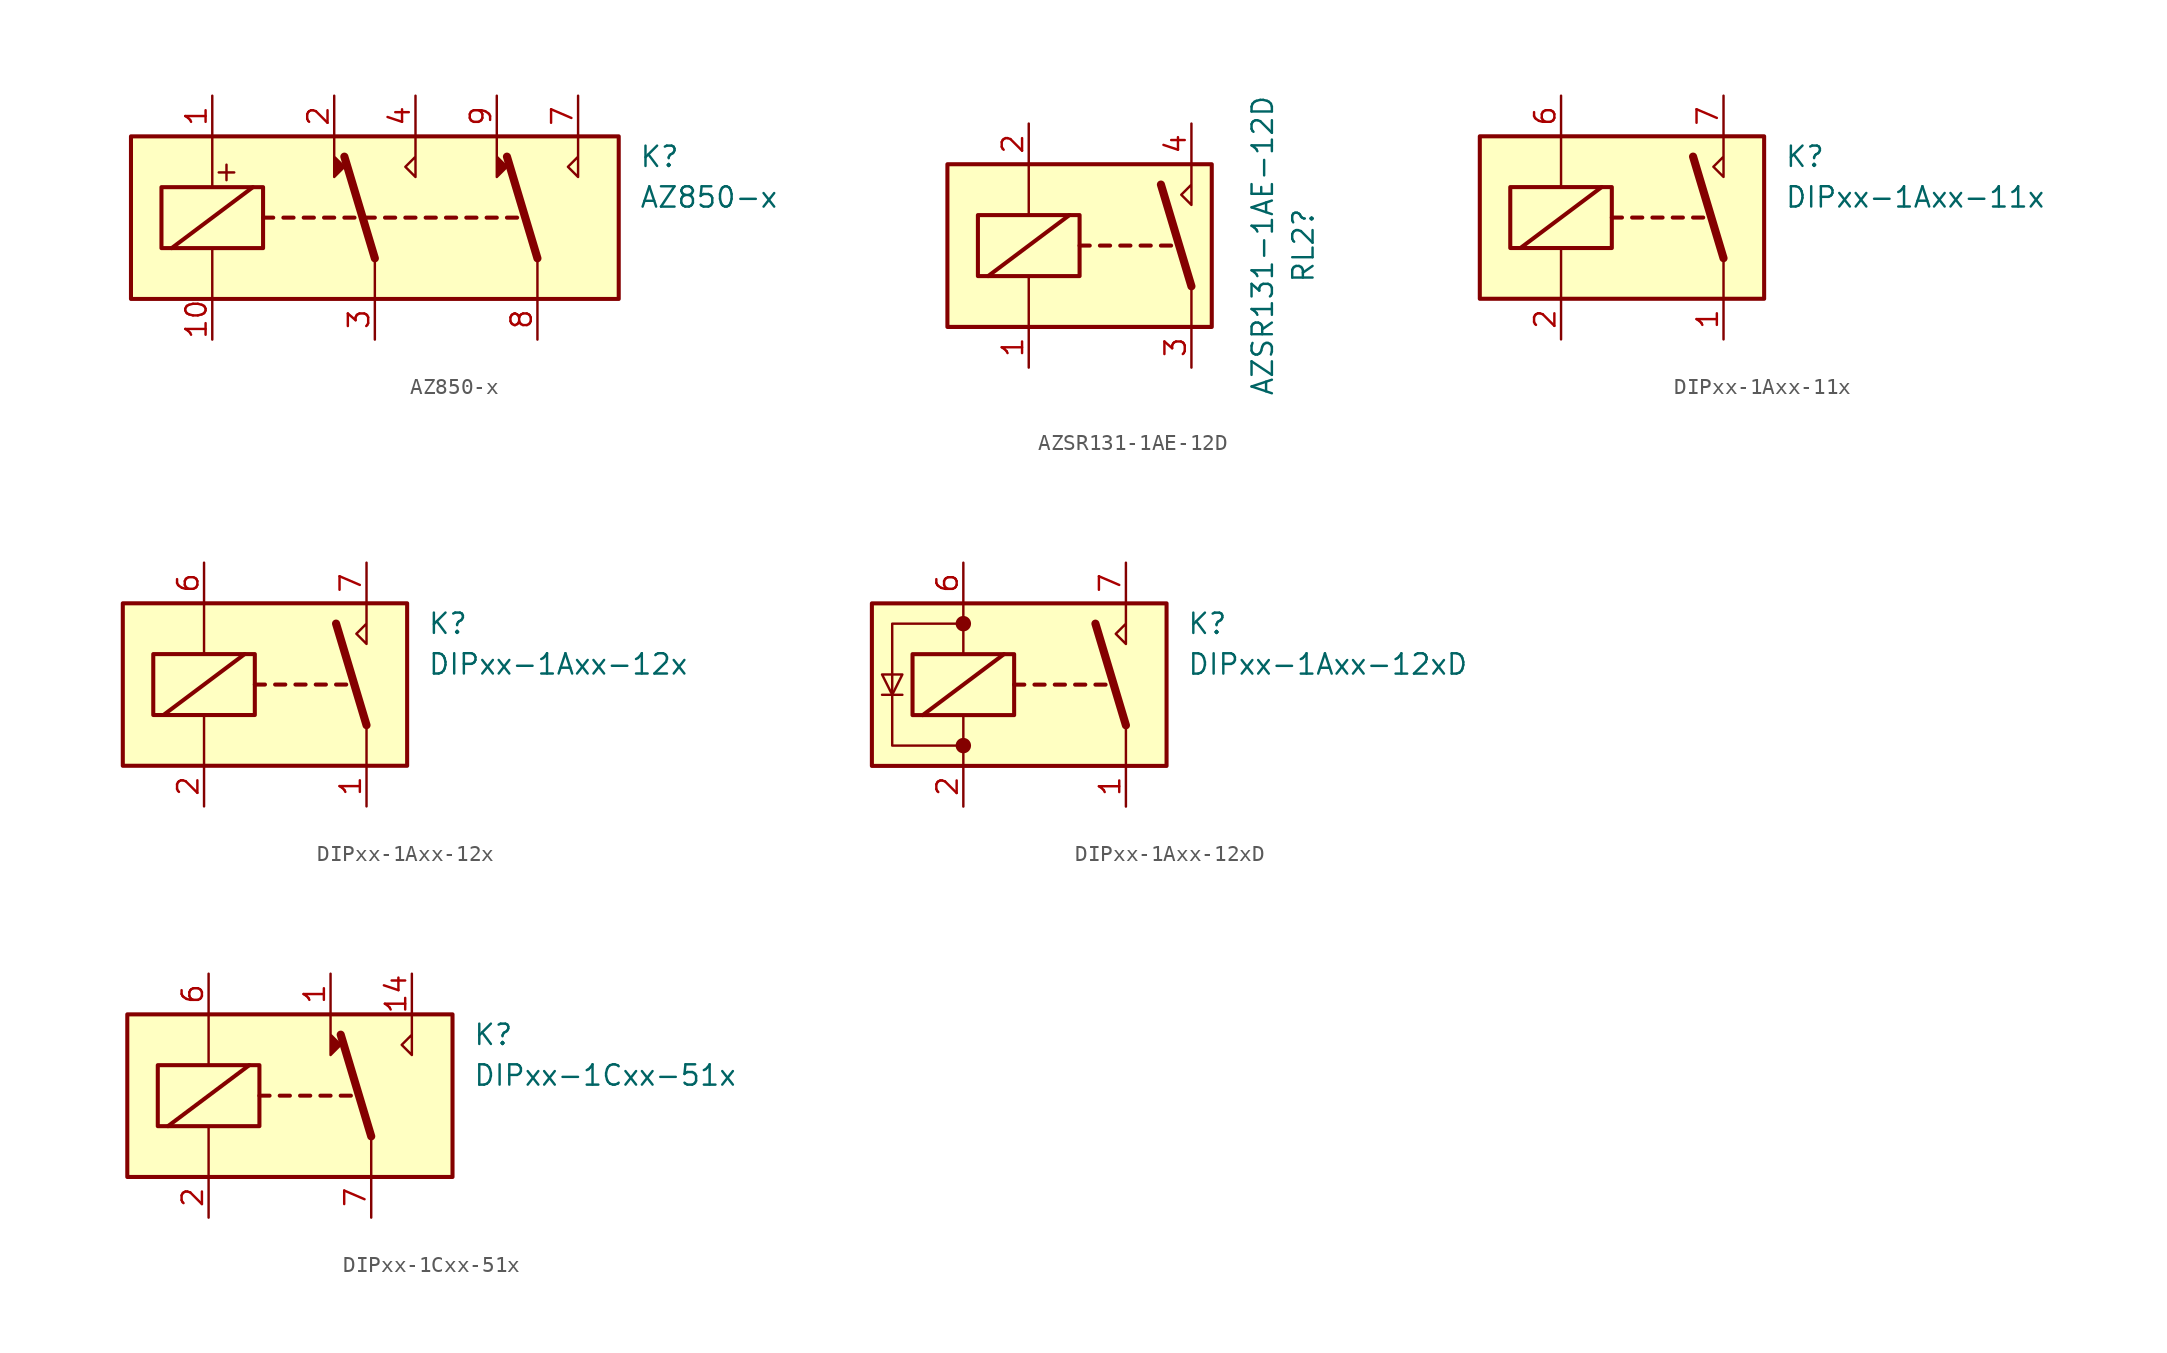
<source format=kicad_sym>
(kicad_symbol_lib
  (version 20241209)
  (generator "kicad_symbol_editor")
  (generator_version "9.0")
  (symbol "AZ850-x"
    (property "Reference" "K"
      (at 16.51 3.81 0)
      (effects (font (size 1.27 1.27)) (justify left)))
    (property "Value" "AZ850-x"
      (at 16.51 1.27 0)
      (effects (font (size 1.27 1.27)) (justify left)))
    (symbol "AZ850-x_0_0"
      (text "+" (at -9.271 2.921 0) (effects (font (size 1.27 1.27)))))
    (symbol "AZ850-x_0_1"
      (rectangle (start -15.24 5.08) (end 15.24 -5.08) (stroke (width 0.254) (type default)) (fill (type background)))
      (rectangle (start -13.335 1.905) (end -6.985 -1.905) (stroke (width 0.254) (type default)) (fill (type none)))
      (polyline (pts (xy -12.7 -1.905) (xy -7.62 1.905)) (stroke (width 0.254) (type default)) (fill (type none)))
      (polyline (pts (xy -10.16 5.08) (xy -10.16 1.905)) (stroke (width 0) (type default)) (fill (type none)))
      (polyline (pts (xy -10.16 -5.08) (xy -10.16 -1.905)) (stroke (width 0) (type default)) (fill (type none)))
      (polyline (pts (xy -6.985 0) (xy -6.35 0)) (stroke (width 0.254) (type default)) (fill (type none)))
      (polyline (pts (xy -5.715 0) (xy -5.08 0)) (stroke (width 0.254) (type default)) (fill (type none)))
      (polyline (pts (xy -4.445 0) (xy -3.81 0)) (stroke (width 0.254) (type default)) (fill (type none)))
      (polyline (pts (xy -3.175 0) (xy -2.54 0)) (stroke (width 0.254) (type default)) (fill (type none)))
      (polyline (pts (xy -2.54 5.08) (xy -2.54 2.54) (xy -1.905 3.175) (xy -2.54 3.81)) (stroke (width 0) (type default)) (fill (type outline)))
      (polyline (pts (xy -1.905 0) (xy -1.27 0)) (stroke (width 0.254) (type default)) (fill (type none)))
      (polyline (pts (xy -0.635 0) (xy 0 0)) (stroke (width 0.254) (type default)) (fill (type none)))
      (polyline (pts (xy 0 -2.54) (xy -1.905 3.81)) (stroke (width 0.508) (type default)) (fill (type none)))
      (polyline (pts (xy 0 -2.54) (xy 0 -5.08)) (stroke (width 0) (type default)) (fill (type none)))
      (polyline (pts (xy 0.635 0) (xy 1.27 0)) (stroke (width 0.254) (type default)) (fill (type none)))
      (polyline (pts (xy 1.905 0) (xy 2.54 0)) (stroke (width 0.254) (type default)) (fill (type none)))
      (polyline (pts (xy 2.54 5.08) (xy 2.54 2.54) (xy 1.905 3.175) (xy 2.54 3.81)) (stroke (width 0) (type default)) (fill (type none)))
      (polyline (pts (xy 3.175 0) (xy 3.81 0)) (stroke (width 0.254) (type default)) (fill (type none)))
      (polyline (pts (xy 4.445 0) (xy 5.08 0)) (stroke (width 0.254) (type default)) (fill (type none)))
      (polyline (pts (xy 5.715 0) (xy 6.35 0)) (stroke (width 0.254) (type default)) (fill (type none)))
      (polyline (pts (xy 6.985 0) (xy 7.62 0)) (stroke (width 0.254) (type default)) (fill (type none)))
      (polyline (pts (xy 7.62 5.08) (xy 7.62 2.54) (xy 8.255 3.175) (xy 7.62 3.81)) (stroke (width 0) (type default)) (fill (type outline)))
      (polyline (pts (xy 8.255 0) (xy 8.89 0)) (stroke (width 0.254) (type default)) (fill (type none)))
      (polyline (pts (xy 10.16 -2.54) (xy 8.255 3.81)) (stroke (width 0.508) (type default)) (fill (type none)))
      (polyline (pts (xy 10.16 -2.54) (xy 10.16 -5.08)) (stroke (width 0) (type default)) (fill (type none)))
      (polyline (pts (xy 12.7 5.08) (xy 12.7 2.54) (xy 12.065 3.175) (xy 12.7 3.81)) (stroke (width 0) (type default)) (fill (type none))))
    (symbol "AZ850-x_1_1"
      (pin passive line (at -10.16 7.62 270) (length 2.54) (name "~" (effects (font (size 1.27 1.27)))) (number "1" (effects (font (size 1.27 1.27)))))
      (pin passive line (at -10.16 -7.62 90) (length 2.54) (name "~" (effects (font (size 1.27 1.27)))) (number "10" (effects (font (size 1.27 1.27)))))
      (pin passive line (at -2.54 7.62 270) (length 2.54) (name "~" (effects (font (size 1.27 1.27)))) (number "2" (effects (font (size 1.27 1.27)))))
      (pin passive line (at 0 -7.62 90) (length 2.54) (name "~" (effects (font (size 1.27 1.27)))) (number "3" (effects (font (size 1.27 1.27)))))
      (pin passive line (at 2.54 7.62 270) (length 2.54) (name "~" (effects (font (size 1.27 1.27)))) (number "4" (effects (font (size 1.27 1.27)))))
      (pin passive line (at 7.62 7.62 270) (length 2.54) (name "~" (effects (font (size 1.27 1.27)))) (number "9" (effects (font (size 1.27 1.27)))))
      (pin passive line (at 10.16 -7.62 90) (length 2.54) (name "~" (effects (font (size 1.27 1.27)))) (number "8" (effects (font (size 1.27 1.27)))))
      (pin passive line (at 12.7 7.62 270) (length 2.54) (name "~" (effects (font (size 1.27 1.27)))) (number "7" (effects (font (size 1.27 1.27)))))))
  (symbol "AZSR131-1AE-12D"
    (property "Reference" "RL2"
      (at 12.065 0 90)
      (effects (font (size 1.27 1.27))))
    (property "Value" "AZSR131-1AE-12D"
      (at 9.525 0 90)
      (effects (font (size 1.27 1.27))))
    (symbol "AZSR131-1AE-12D_0_0"
      (polyline (pts (xy 5.08 5.08) (xy 5.08 2.54) (xy 4.445 3.175) (xy 5.08 3.81)) (stroke (width 0) (type default)) (fill (type none))))
    (symbol "AZSR131-1AE-12D_0_1"
      (rectangle (start -10.16 5.08) (end 6.35 -5.08) (stroke (width 0.254) (type default)) (fill (type background)))
      (rectangle (start -8.255 1.905) (end -1.905 -1.905) (stroke (width 0.254) (type default)) (fill (type none)))
      (polyline (pts (xy -7.62 -1.905) (xy -2.54 1.905)) (stroke (width 0.254) (type default)) (fill (type none)))
      (polyline (pts (xy -5.08 5.08) (xy -5.08 1.905)) (stroke (width 0) (type default)) (fill (type none)))
      (polyline (pts (xy -5.08 -5.08) (xy -5.08 -1.905)) (stroke (width 0) (type default)) (fill (type none)))
      (polyline (pts (xy -1.905 0) (xy -1.27 0)) (stroke (width 0.254) (type default)) (fill (type none)))
      (polyline (pts (xy -0.635 0) (xy 0 0)) (stroke (width 0.254) (type default)) (fill (type none)))
      (polyline (pts (xy 0.635 0) (xy 1.27 0)) (stroke (width 0.254) (type default)) (fill (type none)))
      (polyline (pts (xy 1.905 0) (xy 2.54 0)) (stroke (width 0.254) (type default)) (fill (type none)))
      (polyline (pts (xy 3.175 0) (xy 3.81 0)) (stroke (width 0.254) (type default)) (fill (type none)))
      (polyline (pts (xy 5.08 -2.54) (xy 3.175 3.81)) (stroke (width 0.508) (type default)) (fill (type none)))
      (polyline (pts (xy 5.08 -2.54) (xy 5.08 -5.08)) (stroke (width 0) (type default)) (fill (type none))))
    (symbol "AZSR131-1AE-12D_1_1"
      (pin passive line (at -5.08 7.62 270) (length 2.54) (name "~" (effects (font (size 1.27 1.27)))) (number "2" (effects (font (size 1.27 1.27)))))
      (pin passive line (at -5.08 -7.62 90) (length 2.54) (name "~" (effects (font (size 1.27 1.27)))) (number "1" (effects (font (size 1.27 1.27)))))
      (pin passive line (at 5.08 7.62 270) (length 2.54) (name "~" (effects (font (size 1.27 1.27)))) (number "4" (effects (font (size 1.27 1.27)))))
      (pin passive line (at 5.08 -7.62 90) (length 2.54) (name "~" (effects (font (size 1.27 1.27)))) (number "3" (effects (font (size 1.27 1.27)))))))
  (symbol "DIPxx-1Axx-11x"
    (property "Reference" "K"
      (at 8.89 3.81 0)
      (effects (font (size 1.27 1.27)) (justify left)))
    (property "Value" "DIPxx-1Axx-11x"
      (at 8.89 1.27 0)
      (effects (font (size 1.27 1.27)) (justify left)))
    (symbol "DIPxx-1Axx-11x_0_0"
      (polyline (pts (xy 5.08 5.08) (xy 5.08 2.54) (xy 4.445 3.175) (xy 5.08 3.81)) (stroke (width 0) (type default)) (fill (type none))))
    (symbol "DIPxx-1Axx-11x_0_1"
      (rectangle (start -10.16 5.08) (end 7.62 -5.08) (stroke (width 0.254) (type default)) (fill (type background)))
      (rectangle (start -8.255 1.905) (end -1.905 -1.905) (stroke (width 0.254) (type default)) (fill (type none)))
      (polyline (pts (xy -7.62 -1.905) (xy -2.54 1.905)) (stroke (width 0.254) (type default)) (fill (type none)))
      (polyline (pts (xy -5.08 5.08) (xy -5.08 1.905)) (stroke (width 0) (type default)) (fill (type none)))
      (polyline (pts (xy -5.08 -5.08) (xy -5.08 -1.905)) (stroke (width 0) (type default)) (fill (type none)))
      (polyline (pts (xy -1.905 0) (xy -1.27 0)) (stroke (width 0.254) (type default)) (fill (type none)))
      (polyline (pts (xy -0.635 0) (xy 0 0)) (stroke (width 0.254) (type default)) (fill (type none)))
      (polyline (pts (xy 0.635 0) (xy 1.27 0)) (stroke (width 0.254) (type default)) (fill (type none)))
      (polyline (pts (xy 1.905 0) (xy 2.54 0)) (stroke (width 0.254) (type default)) (fill (type none)))
      (polyline (pts (xy 3.175 0) (xy 3.81 0)) (stroke (width 0.254) (type default)) (fill (type none)))
      (polyline (pts (xy 5.08 -2.54) (xy 3.175 3.81)) (stroke (width 0.508) (type default)) (fill (type none)))
      (polyline (pts (xy 5.08 -2.54) (xy 5.08 -5.08)) (stroke (width 0) (type default)) (fill (type none))))
    (symbol "DIPxx-1Axx-11x_1_1"
      (pin passive line (at -5.08 7.62 270) (length 2.54) (name "~" (effects (font (size 1.27 1.27)))) (number "6" (effects (font (size 1.27 1.27)))))
      (pin passive line (at -5.08 -7.62 90) (length 2.54) (name "~" (effects (font (size 1.27 1.27)))) (number "2" (effects (font (size 1.27 1.27)))))
      (pin passive line (at 5.08 7.62 270) (length 2.54) (name "~" (effects (font (size 1.27 1.27)))) (number "7" (effects (font (size 1.27 1.27)))))
      (pin passive line (at 5.08 7.62 270) (length 2.54) (hide yes) (name "~" (effects (font (size 1.27 1.27)))) (number "8" (effects (font (size 1.27 1.27)))))
      (pin passive line (at 5.08 -7.62 90) (length 2.54) (name "~" (effects (font (size 1.27 1.27)))) (number "1" (effects (font (size 1.27 1.27)))))
      (pin passive line (at 5.08 -7.62 90) (length 2.54) (hide yes) (name "~" (effects (font (size 1.27 1.27)))) (number "14" (effects (font (size 1.27 1.27)))))))
  (symbol "DIPxx-1Axx-12x"
    (property "Reference" "K"
      (at 8.89 3.81 0)
      (effects (font (size 1.27 1.27)) (justify left)))
    (property "Value" "DIPxx-1Axx-12x"
      (at 8.89 1.27 0)
      (effects (font (size 1.27 1.27)) (justify left)))
    (symbol "DIPxx-1Axx-12x_0_0"
      (polyline (pts (xy 5.08 5.08) (xy 5.08 2.54) (xy 4.445 3.175) (xy 5.08 3.81)) (stroke (width 0) (type default)) (fill (type none))))
    (symbol "DIPxx-1Axx-12x_0_1"
      (rectangle (start -10.16 5.08) (end 7.62 -5.08) (stroke (width 0.254) (type default)) (fill (type background)))
      (rectangle (start -8.255 1.905) (end -1.905 -1.905) (stroke (width 0.254) (type default)) (fill (type none)))
      (polyline (pts (xy -7.62 -1.905) (xy -2.54 1.905)) (stroke (width 0.254) (type default)) (fill (type none)))
      (polyline (pts (xy -5.08 5.08) (xy -5.08 1.905)) (stroke (width 0) (type default)) (fill (type none)))
      (polyline (pts (xy -5.08 -5.08) (xy -5.08 -1.905)) (stroke (width 0) (type default)) (fill (type none)))
      (polyline (pts (xy -1.905 0) (xy -1.27 0)) (stroke (width 0.254) (type default)) (fill (type none)))
      (polyline (pts (xy -0.635 0) (xy 0 0)) (stroke (width 0.254) (type default)) (fill (type none)))
      (polyline (pts (xy 0.635 0) (xy 1.27 0)) (stroke (width 0.254) (type default)) (fill (type none)))
      (polyline (pts (xy 1.905 0) (xy 2.54 0)) (stroke (width 0.254) (type default)) (fill (type none)))
      (polyline (pts (xy 3.175 0) (xy 3.81 0)) (stroke (width 0.254) (type default)) (fill (type none)))
      (polyline (pts (xy 5.08 -2.54) (xy 3.175 3.81)) (stroke (width 0.508) (type default)) (fill (type none)))
      (polyline (pts (xy 5.08 -2.54) (xy 5.08 -5.08)) (stroke (width 0) (type default)) (fill (type none))))
    (symbol "DIPxx-1Axx-12x_1_1"
      (pin passive line (at -5.08 7.62 270) (length 2.54) (name "~" (effects (font (size 1.27 1.27)))) (number "6" (effects (font (size 1.27 1.27)))))
      (pin passive line (at -5.08 -7.62 90) (length 2.54) (hide yes) (name "~" (effects (font (size 1.27 1.27)))) (number "13" (effects (font (size 1.27 1.27)))))
      (pin passive line (at -5.08 -7.62 90) (length 2.54) (name "~" (effects (font (size 1.27 1.27)))) (number "2" (effects (font (size 1.27 1.27)))))
      (pin passive line (at 5.08 7.62 270) (length 2.54) (name "~" (effects (font (size 1.27 1.27)))) (number "7" (effects (font (size 1.27 1.27)))))
      (pin passive line (at 5.08 7.62 270) (length 2.54) (hide yes) (name "~" (effects (font (size 1.27 1.27)))) (number "8" (effects (font (size 1.27 1.27)))))
      (pin passive line (at 5.08 -7.62 90) (length 2.54) (name "~" (effects (font (size 1.27 1.27)))) (number "1" (effects (font (size 1.27 1.27)))))
      (pin passive line (at 5.08 -7.62 90) (length 2.54) (hide yes) (name "~" (effects (font (size 1.27 1.27)))) (number "14" (effects (font (size 1.27 1.27)))))))
  (symbol "DIPxx-1Axx-12xD"
    (property "Reference" "K"
      (at 8.89 3.81 0)
      (effects (font (size 1.27 1.27)) (justify left)))
    (property "Value" "DIPxx-1Axx-12xD"
      (at 8.89 1.27 0)
      (effects (font (size 1.27 1.27)) (justify left)))
    (symbol "DIPxx-1Axx-12xD_0_0"
      (polyline (pts (xy 5.08 5.08) (xy 5.08 2.54) (xy 4.445 3.175) (xy 5.08 3.81)) (stroke (width 0) (type default)) (fill (type none))))
    (symbol "DIPxx-1Axx-12xD_0_1"
      (rectangle (start -10.795 5.08) (end 7.62 -5.08) (stroke (width 0.254) (type default)) (fill (type background)))
      (polyline (pts (xy -10.16 -0.635) (xy -8.89 -0.635)) (stroke (width 0) (type default)) (fill (type none)))
      (polyline (pts (xy -9.525 -0.635) (xy -8.89 0.635) (xy -10.16 0.635) (xy -9.525 -0.635)) (stroke (width 0) (type default)) (fill (type none)))
      (rectangle (start -8.255 1.905) (end -1.905 -1.905) (stroke (width 0.254) (type default)) (fill (type none)))
      (polyline (pts (xy -7.62 -1.905) (xy -2.54 1.905)) (stroke (width 0.254) (type default)) (fill (type none)))
      (polyline (pts (xy -5.08 5.08) (xy -5.08 1.905)) (stroke (width 0) (type default)) (fill (type none)))
      (circle (center -5.08 3.81) (radius 0.406) (stroke (width 0) (type default)) (fill (type outline)))
      (circle (center -5.08 -3.81) (radius 0.406) (stroke (width 0) (type default)) (fill (type outline)))
      (polyline (pts (xy -5.08 -3.81) (xy -9.525 -3.81) (xy -9.525 3.81) (xy -5.08 3.81)) (stroke (width 0) (type default)) (fill (type none)))
      (polyline (pts (xy -5.08 -5.08) (xy -5.08 -1.905)) (stroke (width 0) (type default)) (fill (type none)))
      (polyline (pts (xy -1.905 0) (xy -1.27 0)) (stroke (width 0.254) (type default)) (fill (type none)))
      (polyline (pts (xy -0.635 0) (xy 0 0)) (stroke (width 0.254) (type default)) (fill (type none)))
      (polyline (pts (xy 0.635 0) (xy 1.27 0)) (stroke (width 0.254) (type default)) (fill (type none)))
      (polyline (pts (xy 1.905 0) (xy 2.54 0)) (stroke (width 0.254) (type default)) (fill (type none)))
      (polyline (pts (xy 3.175 0) (xy 3.81 0)) (stroke (width 0.254) (type default)) (fill (type none)))
      (polyline (pts (xy 5.08 -2.54) (xy 3.175 3.81)) (stroke (width 0.508) (type default)) (fill (type none)))
      (polyline (pts (xy 5.08 -2.54) (xy 5.08 -5.08)) (stroke (width 0) (type default)) (fill (type none))))
    (symbol "DIPxx-1Axx-12xD_1_1"
      (pin passive line (at -5.08 7.62 270) (length 2.54) (name "~" (effects (font (size 1.27 1.27)))) (number "6" (effects (font (size 1.27 1.27)))))
      (pin passive line (at -5.08 -7.62 90) (length 2.54) (hide yes) (name "~" (effects (font (size 1.27 1.27)))) (number "13" (effects (font (size 1.27 1.27)))))
      (pin passive line (at -5.08 -7.62 90) (length 2.54) (name "~" (effects (font (size 1.27 1.27)))) (number "2" (effects (font (size 1.27 1.27)))))
      (pin passive line (at 5.08 7.62 270) (length 2.54) (name "~" (effects (font (size 1.27 1.27)))) (number "7" (effects (font (size 1.27 1.27)))))
      (pin passive line (at 5.08 7.62 270) (length 2.54) (hide yes) (name "~" (effects (font (size 1.27 1.27)))) (number "8" (effects (font (size 1.27 1.27)))))
      (pin passive line (at 5.08 -7.62 90) (length 2.54) (name "~" (effects (font (size 1.27 1.27)))) (number "1" (effects (font (size 1.27 1.27)))))
      (pin passive line (at 5.08 -7.62 90) (length 2.54) (hide yes) (name "~" (effects (font (size 1.27 1.27)))) (number "14" (effects (font (size 1.27 1.27)))))))
  (symbol "DIPxx-1Cxx-51x"
    (property "Reference" "K"
      (at 11.43 3.81 0)
      (effects (font (size 1.27 1.27)) (justify left)))
    (property "Value" "DIPxx-1Cxx-51x"
      (at 11.43 1.27 0)
      (effects (font (size 1.27 1.27)) (justify left)))
    (symbol "DIPxx-1Cxx-51x_0_0"
      (polyline (pts (xy 2.54 5.08) (xy 2.54 2.54) (xy 3.175 3.175) (xy 2.54 3.81)) (stroke (width 0) (type default)) (fill (type outline)))
      (polyline (pts (xy 7.62 5.08) (xy 7.62 2.54) (xy 6.985 3.175) (xy 7.62 3.81)) (stroke (width 0) (type default)) (fill (type none))))
    (symbol "DIPxx-1Cxx-51x_0_1"
      (rectangle (start -10.16 5.08) (end 10.16 -5.08) (stroke (width 0.254) (type default)) (fill (type background)))
      (rectangle (start -8.255 1.905) (end -1.905 -1.905) (stroke (width 0.254) (type default)) (fill (type none)))
      (polyline (pts (xy -7.62 -1.905) (xy -2.54 1.905)) (stroke (width 0.254) (type default)) (fill (type none)))
      (polyline (pts (xy -5.08 5.08) (xy -5.08 1.905)) (stroke (width 0) (type default)) (fill (type none)))
      (polyline (pts (xy -5.08 -5.08) (xy -5.08 -1.905)) (stroke (width 0) (type default)) (fill (type none)))
      (polyline (pts (xy -1.905 0) (xy -1.27 0)) (stroke (width 0.254) (type default)) (fill (type none)))
      (polyline (pts (xy -0.635 0) (xy 0 0)) (stroke (width 0.254) (type default)) (fill (type none)))
      (polyline (pts (xy 0.635 0) (xy 1.27 0)) (stroke (width 0.254) (type default)) (fill (type none)))
      (polyline (pts (xy 1.905 0) (xy 2.54 0)) (stroke (width 0.254) (type default)) (fill (type none)))
      (polyline (pts (xy 3.175 0) (xy 3.81 0)) (stroke (width 0.254) (type default)) (fill (type none)))
      (polyline (pts (xy 5.08 -2.54) (xy 3.175 3.81)) (stroke (width 0.508) (type default)) (fill (type none)))
      (polyline (pts (xy 5.08 -2.54) (xy 5.08 -5.08)) (stroke (width 0) (type default)) (fill (type none))))
    (symbol "DIPxx-1Cxx-51x_1_1"
      (pin passive line (at -5.08 7.62 270) (length 2.54) (name "~" (effects (font (size 1.27 1.27)))) (number "6" (effects (font (size 1.27 1.27)))))
      (pin passive line (at -5.08 -7.62 90) (length 2.54) (name "~" (effects (font (size 1.27 1.27)))) (number "2" (effects (font (size 1.27 1.27)))))
      (pin passive line (at 2.54 7.62 270) (length 2.54) (name "~" (effects (font (size 1.27 1.27)))) (number "1" (effects (font (size 1.27 1.27)))))
      (pin passive line (at 5.08 -7.62 90) (length 2.54) (name "~" (effects (font (size 1.27 1.27)))) (number "7" (effects (font (size 1.27 1.27)))))
      (pin passive line (at 5.08 -7.62 90) (length 2.54) (hide yes) (name "~" (effects (font (size 1.27 1.27)))) (number "8" (effects (font (size 1.27 1.27)))))
      (pin passive line (at 7.62 7.62 270) (length 2.54) (name "~" (effects (font (size 1.27 1.27)))) (number "14" (effects (font (size 1.27 1.27))))))))
</source>
